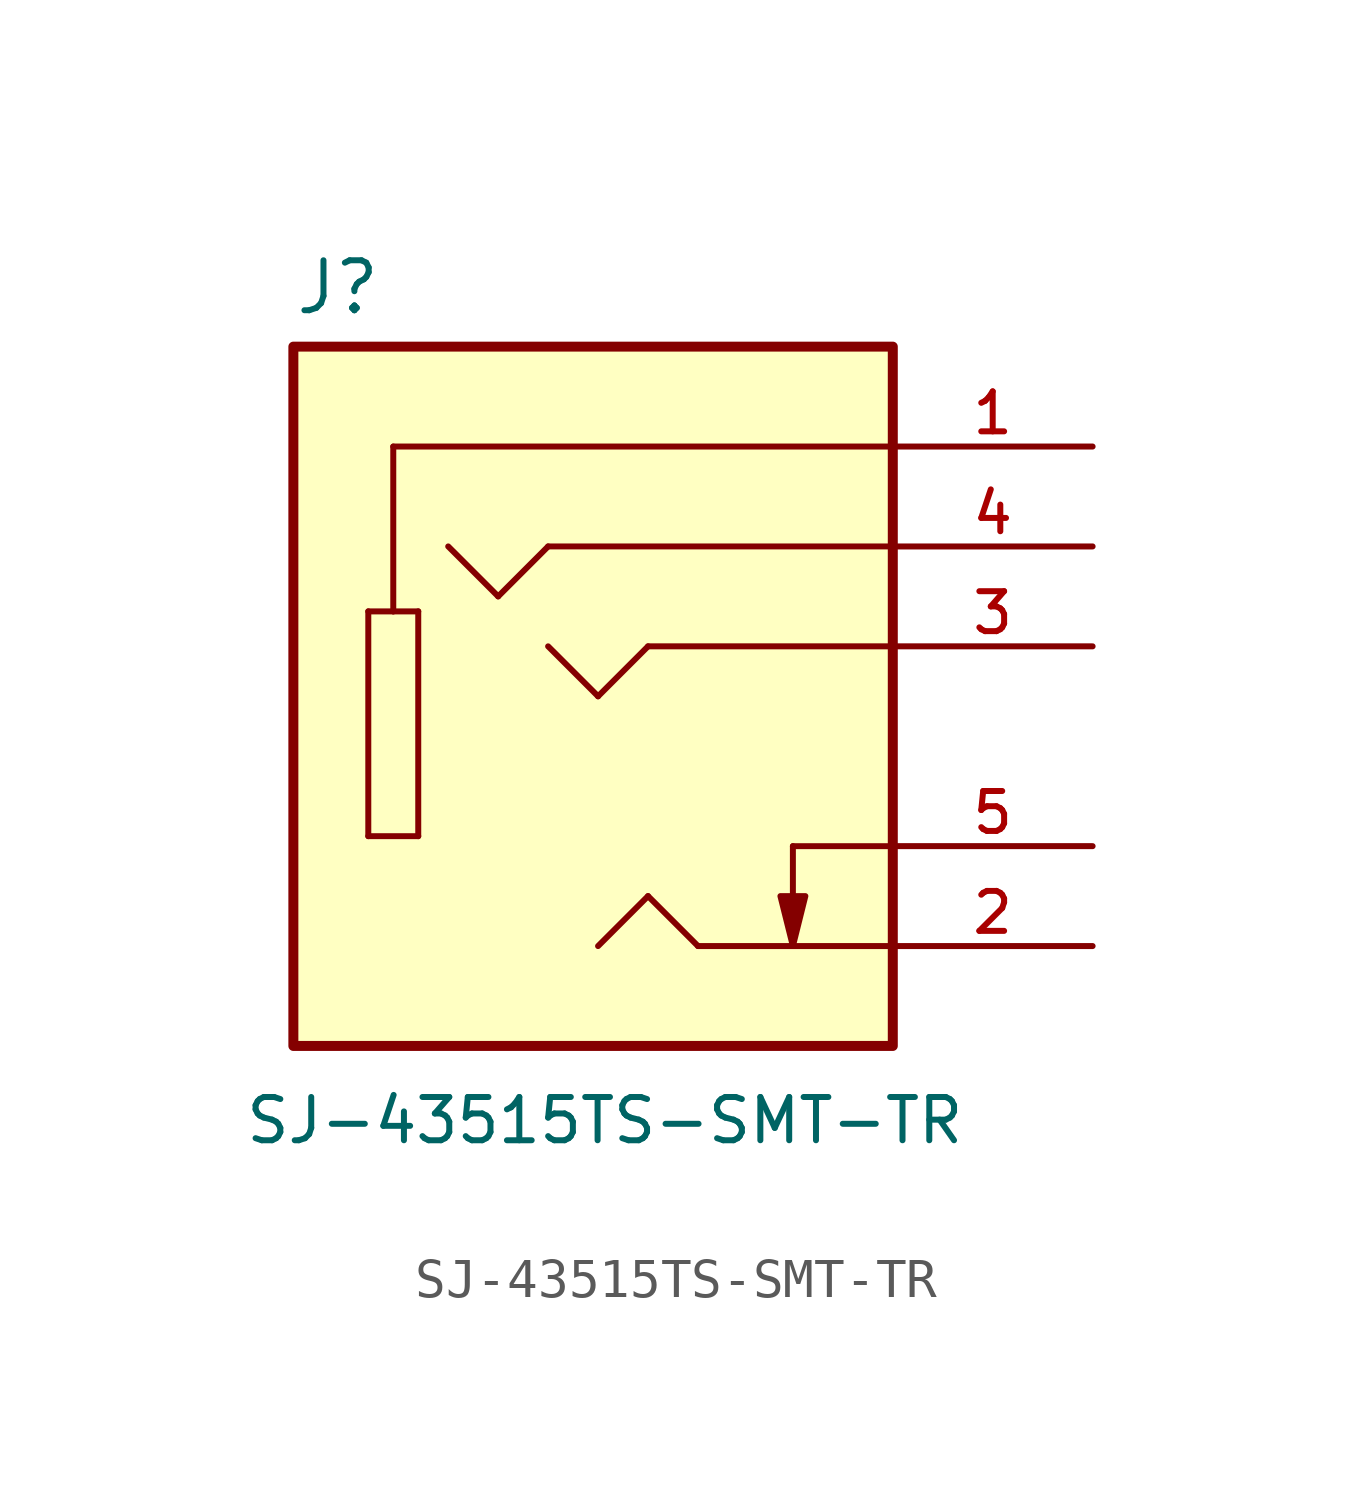
<source format=kicad_sym>
(kicad_symbol_lib
  (version 20231120)
  (generator "kicad_symbol_editor")
  (generator_version "8.0")
  (symbol "SJ-43515TS-SMT-TR"
    (pin_names
      (offset 1.016))
    (property "Reference" "J"
      (at -7.62 8.382 0)
      (effects (font (size 1.27 1.27)) (justify left bottom)))
    (property "Value" "SJ-43515TS-SMT-TR"
      (at -8.89 -12.7 0)
      (effects (font (size 1.1 1.1)) (justify left bottom)))
    (symbol "SJ-43515TS-SMT-TR_0_0"
      (rectangle (start -7.62 -10.16) (end 7.62 7.62) (stroke (width 0.254) (type default)) (fill (type background)))
      (polyline (pts (xy -5.715 -4.826) (xy -5.715 0.889)) (stroke (width 0.152) (type default)) (fill (type none)))
      (polyline (pts (xy -5.715 0.889) (xy -5.08 0.889)) (stroke (width 0.152) (type default)) (fill (type none)))
      (polyline (pts (xy -5.08 0.889) (xy -4.445 0.889)) (stroke (width 0.152) (type default)) (fill (type none)))
      (polyline (pts (xy -5.08 5.08) (xy -5.08 0.889)) (stroke (width 0.152) (type default)) (fill (type none)))
      (polyline (pts (xy -4.445 -4.826) (xy -5.715 -4.826)) (stroke (width 0.152) (type default)) (fill (type none)))
      (polyline (pts (xy -4.445 0.889) (xy -4.445 -4.826)) (stroke (width 0.152) (type default)) (fill (type none)))
      (polyline (pts (xy -2.413 1.27) (xy -3.683 2.54)) (stroke (width 0.152) (type default)) (fill (type none)))
      (polyline (pts (xy -1.143 2.54) (xy -2.413 1.27)) (stroke (width 0.152) (type default)) (fill (type none)))
      (polyline (pts (xy 0.127 -1.27) (xy -1.143 0)) (stroke (width 0.152) (type default)) (fill (type none)))
      (polyline (pts (xy 1.397 -6.35) (xy 0.127 -7.62)) (stroke (width 0.152) (type default)) (fill (type none)))
      (polyline (pts (xy 1.397 0) (xy 0.127 -1.27)) (stroke (width 0.152) (type default)) (fill (type none)))
      (polyline (pts (xy 2.667 -7.62) (xy 1.397 -6.35)) (stroke (width 0.152) (type default)) (fill (type none)))
      (polyline (pts (xy 5.08 -5.08) (xy 5.08 -7.62)) (stroke (width 0.152) (type default)) (fill (type none)))
      (polyline (pts (xy 7.62 -7.62) (xy 2.667 -7.62)) (stroke (width 0.152) (type default)) (fill (type none)))
      (polyline (pts (xy 7.62 -5.08) (xy 5.08 -5.08)) (stroke (width 0.152) (type default)) (fill (type none)))
      (polyline (pts (xy 7.62 0) (xy 1.397 0)) (stroke (width 0.152) (type default)) (fill (type none)))
      (polyline (pts (xy 7.62 2.54) (xy -1.143 2.54)) (stroke (width 0.152) (type default)) (fill (type none)))
      (polyline (pts (xy 7.62 5.08) (xy -5.08 5.08)) (stroke (width 0.152) (type default)) (fill (type none)))
      (polyline (pts (xy 5.08 -7.62) (xy 4.763 -6.35) (xy 5.397 -6.35) (xy 5.08 -7.62)) (stroke (width 0.152) (type default)) (fill (type outline)))
      (pin passive line (at 12.7 5.08 180) (length 5.08) (name "~" (effects (font (size 1.016 1.016)))) (number "1" (effects (font (size 1.016 1.016)))))
      (pin passive line (at 12.7 -7.62 180) (length 5.08) (name "~" (effects (font (size 1.016 1.016)))) (number "2" (effects (font (size 1.016 1.016)))))
      (pin passive line (at 12.7 0 180) (length 5.08) (name "~" (effects (font (size 1.016 1.016)))) (number "3" (effects (font (size 1.016 1.016)))))
      (pin passive line (at 12.7 2.54 180) (length 5.08) (name "~" (effects (font (size 1.016 1.016)))) (number "4" (effects (font (size 1.016 1.016)))))
      (pin passive line (at 12.7 -5.08 180) (length 5.08) (name "~" (effects (font (size 1.016 1.016)))) (number "5" (effects (font (size 1.016 1.016))))))))
</source>
